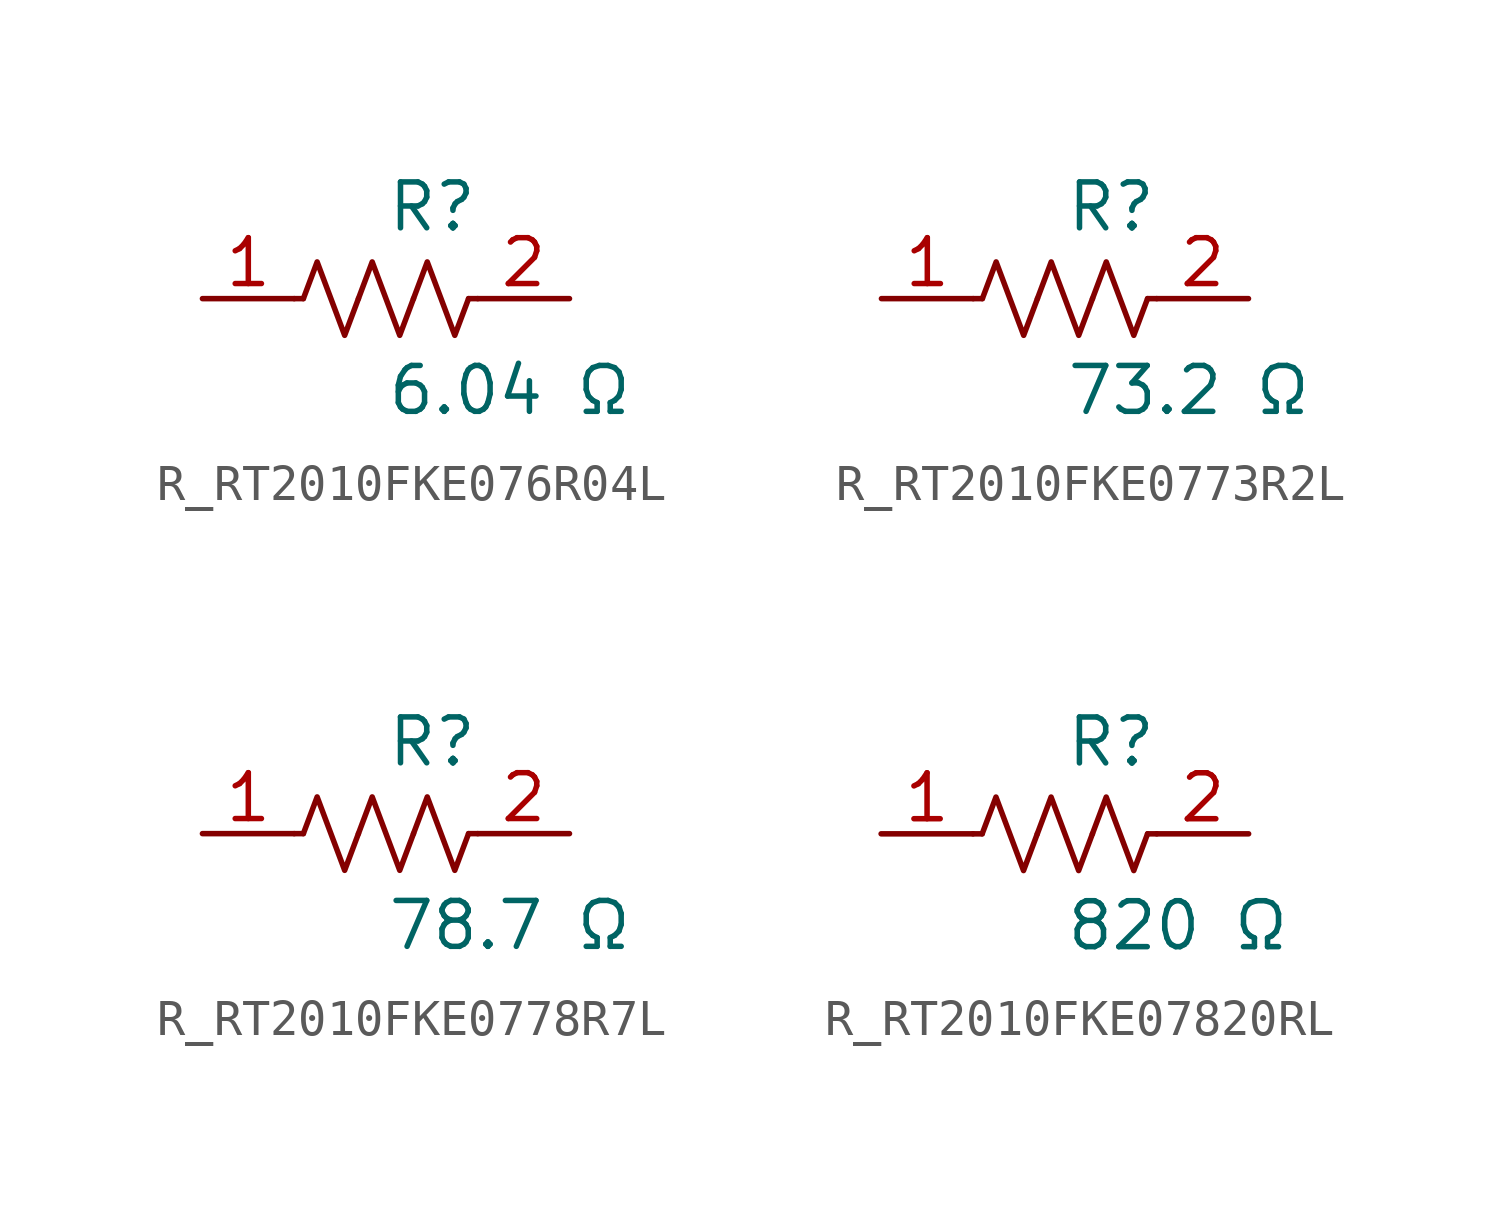
<source format=kicad_sym>
(kicad_symbol_lib
  (version 20231120)
  (generator kicad_symbol_editor)
  (generator_version 8.0)
  (symbol "R_RT2010FKE076R04L"
    (pin_names
      (offset 0.254))
    (property "Reference" "R"
      (at 0 2.54 0)
      (effects (font (size 1.27 1.27)) (justify left)))
    (property "Value" "6.04 Ω"
      (at 0 -2.54 0)
      (effects (font (size 1.27 1.27)) (justify left)))
    (symbol "R_RT2010FKE076R04L_0_1"
      (polyline (pts (xy 2.286 0) (xy 2.54 0)) (stroke (width 0) (type default)) (fill (type none)))
      (polyline (pts (xy -2.286 0) (xy -2.54 0)) (stroke (width 0) (type default)) (fill (type none)))
      (polyline (pts (xy 0.762 0) (xy 1.143 1.016) (xy 1.524 0) (xy 1.905 -1.016) (xy 2.286 0)) (stroke (width 0) (type default)) (fill (type none)))
      (polyline (pts (xy -0.762 0) (xy -0.381 1.016) (xy 0 0) (xy 0.381 -1.016) (xy 0.762 0)) (stroke (width 0) (type default)) (fill (type none)))
      (polyline (pts (xy -2.286 0) (xy -1.905 1.016) (xy -1.524 0) (xy -1.143 -1.016) (xy -0.762 0)) (stroke (width 0) (type default)) (fill (type none))))
    (pin passive line
      (at -5.08 0 0)
      (length 2.54)
      (name "" (effects (font (size 1.27 1.27))))
      (number "1" (effects (font (size 1.27 1.27)))))
    (pin passive line
      (at 5.08 0 180)
      (length 2.54)
      (name "" (effects (font (size 1.27 1.27))))
      (number "2" (effects (font (size 1.27 1.27))))))
  (symbol "R_RT2010FKE0773R2L"
    (pin_names
      (offset 0.254))
    (property "Reference" "R"
      (at 0 2.54 0)
      (effects (font (size 1.27 1.27)) (justify left)))
    (property "Value" "73.2 Ω"
      (at 0 -2.54 0)
      (effects (font (size 1.27 1.27)) (justify left)))
    (symbol "R_RT2010FKE0773R2L_0_1"
      (polyline (pts (xy 2.286 0) (xy 2.54 0)) (stroke (width 0) (type default)) (fill (type none)))
      (polyline (pts (xy -2.286 0) (xy -2.54 0)) (stroke (width 0) (type default)) (fill (type none)))
      (polyline (pts (xy 0.762 0) (xy 1.143 1.016) (xy 1.524 0) (xy 1.905 -1.016) (xy 2.286 0)) (stroke (width 0) (type default)) (fill (type none)))
      (polyline (pts (xy -0.762 0) (xy -0.381 1.016) (xy 0 0) (xy 0.381 -1.016) (xy 0.762 0)) (stroke (width 0) (type default)) (fill (type none)))
      (polyline (pts (xy -2.286 0) (xy -1.905 1.016) (xy -1.524 0) (xy -1.143 -1.016) (xy -0.762 0)) (stroke (width 0) (type default)) (fill (type none))))
    (pin passive line
      (at -5.08 0 0)
      (length 2.54)
      (name "" (effects (font (size 1.27 1.27))))
      (number "1" (effects (font (size 1.27 1.27)))))
    (pin passive line
      (at 5.08 0 180)
      (length 2.54)
      (name "" (effects (font (size 1.27 1.27))))
      (number "2" (effects (font (size 1.27 1.27))))))
  (symbol "R_RT2010FKE0778R7L"
    (pin_names
      (offset 0.254))
    (property "Reference" "R"
      (at 0 2.54 0)
      (effects (font (size 1.27 1.27)) (justify left)))
    (property "Value" "78.7 Ω"
      (at 0 -2.54 0)
      (effects (font (size 1.27 1.27)) (justify left)))
    (symbol "R_RT2010FKE0778R7L_0_1"
      (polyline (pts (xy 2.286 0) (xy 2.54 0)) (stroke (width 0) (type default)) (fill (type none)))
      (polyline (pts (xy -2.286 0) (xy -2.54 0)) (stroke (width 0) (type default)) (fill (type none)))
      (polyline (pts (xy 0.762 0) (xy 1.143 1.016) (xy 1.524 0) (xy 1.905 -1.016) (xy 2.286 0)) (stroke (width 0) (type default)) (fill (type none)))
      (polyline (pts (xy -0.762 0) (xy -0.381 1.016) (xy 0 0) (xy 0.381 -1.016) (xy 0.762 0)) (stroke (width 0) (type default)) (fill (type none)))
      (polyline (pts (xy -2.286 0) (xy -1.905 1.016) (xy -1.524 0) (xy -1.143 -1.016) (xy -0.762 0)) (stroke (width 0) (type default)) (fill (type none))))
    (pin passive line
      (at -5.08 0 0)
      (length 2.54)
      (name "" (effects (font (size 1.27 1.27))))
      (number "1" (effects (font (size 1.27 1.27)))))
    (pin passive line
      (at 5.08 0 180)
      (length 2.54)
      (name "" (effects (font (size 1.27 1.27))))
      (number "2" (effects (font (size 1.27 1.27))))))
  (symbol "R_RT2010FKE07820RL"
    (pin_names
      (offset 0.254))
    (property "Reference" "R"
      (at 0 2.54 0)
      (effects (font (size 1.27 1.27)) (justify left)))
    (property "Value" "820 Ω"
      (at 0 -2.54 0)
      (effects (font (size 1.27 1.27)) (justify left)))
    (symbol "R_RT2010FKE07820RL_0_1"
      (polyline (pts (xy 2.286 0) (xy 2.54 0)) (stroke (width 0) (type default)) (fill (type none)))
      (polyline (pts (xy -2.286 0) (xy -2.54 0)) (stroke (width 0) (type default)) (fill (type none)))
      (polyline (pts (xy 0.762 0) (xy 1.143 1.016) (xy 1.524 0) (xy 1.905 -1.016) (xy 2.286 0)) (stroke (width 0) (type default)) (fill (type none)))
      (polyline (pts (xy -0.762 0) (xy -0.381 1.016) (xy 0 0) (xy 0.381 -1.016) (xy 0.762 0)) (stroke (width 0) (type default)) (fill (type none)))
      (polyline (pts (xy -2.286 0) (xy -1.905 1.016) (xy -1.524 0) (xy -1.143 -1.016) (xy -0.762 0)) (stroke (width 0) (type default)) (fill (type none))))
    (pin passive line
      (at -5.08 0 0)
      (length 2.54)
      (name "" (effects (font (size 1.27 1.27))))
      (number "1" (effects (font (size 1.27 1.27)))))
    (pin passive line
      (at 5.08 0 180)
      (length 2.54)
      (name "" (effects (font (size 1.27 1.27))))
      (number "2" (effects (font (size 1.27 1.27)))))))
</source>
